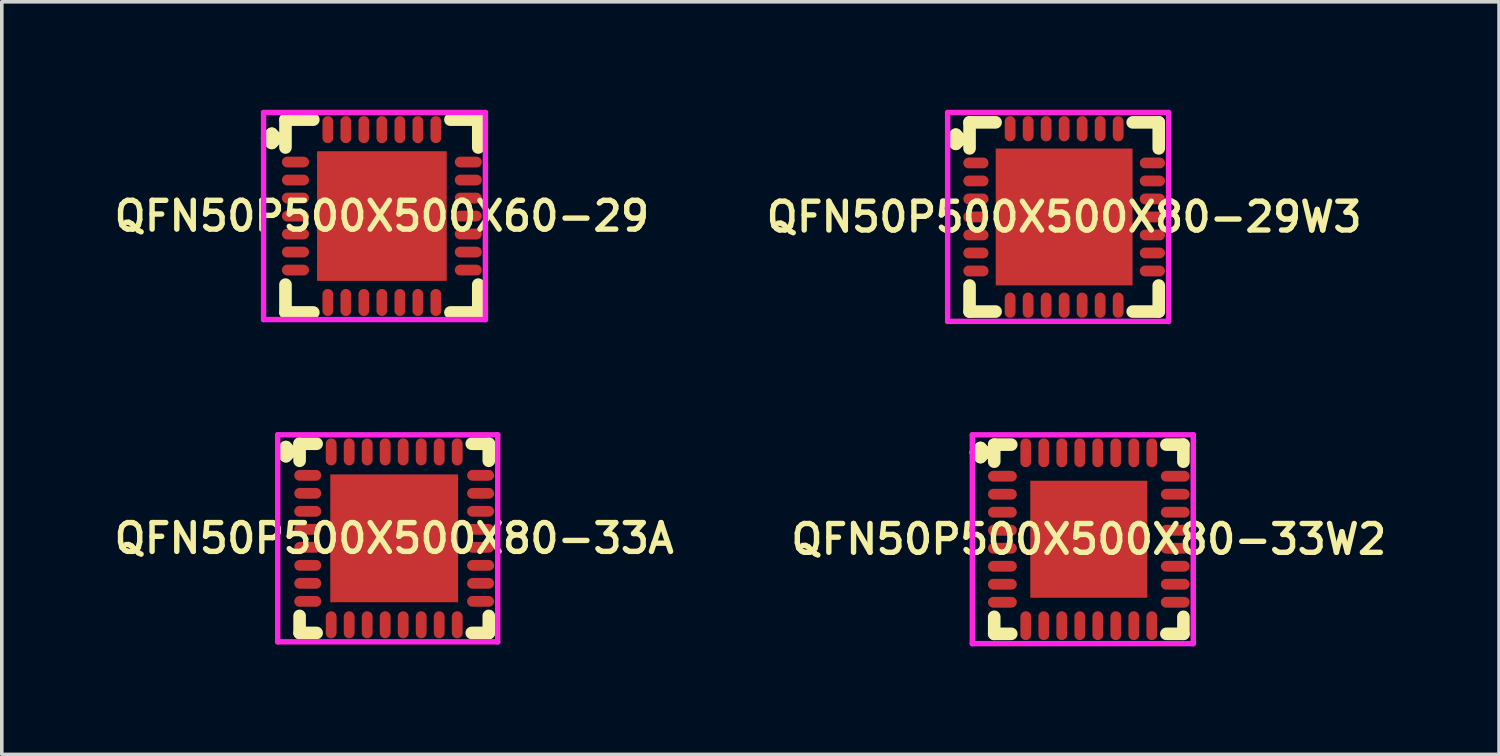
<source format=kicad_pcb>
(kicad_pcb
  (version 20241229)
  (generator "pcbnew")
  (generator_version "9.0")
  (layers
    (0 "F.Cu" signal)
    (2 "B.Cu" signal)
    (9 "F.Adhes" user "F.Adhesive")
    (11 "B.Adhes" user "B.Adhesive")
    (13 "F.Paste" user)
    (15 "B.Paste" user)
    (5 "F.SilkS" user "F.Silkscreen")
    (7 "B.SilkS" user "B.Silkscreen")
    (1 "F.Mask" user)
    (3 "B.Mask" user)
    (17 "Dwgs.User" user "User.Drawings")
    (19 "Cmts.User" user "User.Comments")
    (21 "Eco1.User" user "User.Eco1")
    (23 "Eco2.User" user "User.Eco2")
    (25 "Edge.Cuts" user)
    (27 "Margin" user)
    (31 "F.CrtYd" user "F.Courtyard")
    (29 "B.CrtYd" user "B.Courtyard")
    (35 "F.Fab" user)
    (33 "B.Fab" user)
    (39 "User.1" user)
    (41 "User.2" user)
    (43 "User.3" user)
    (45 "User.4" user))
  (footprint "QFN50P500X500X80-33W2"
    (layer "F.Cu")
    (at 27.187 11.925)
    (property "Reference" "QFN50P500X500X80-33W2" (at 0 0 0) (layer "F.SilkS") (effects (font (size 0.8 0.8) (thickness 0.15))))
    (attr smd)
    (fp_line (start -3.135 -2.408) (end -3.008 -2.535) (stroke (width 0.35) (type solid)) (layer "F.SilkS"))
    (fp_line (start -3.008 -2.535) (end -2.881 -2.408) (stroke (width 0.35) (type solid)) (layer "F.SilkS"))
    (fp_line (start -3.008 -2.281) (end -3.135 -2.408) (stroke (width 0.35) (type solid)) (layer "F.SilkS"))
    (fp_line (start -2.881 -2.408) (end -3.008 -2.281) (stroke (width 0.35) (type solid)) (layer "F.SilkS"))
    (fp_line (start -2.627 -2.627) (end -2.154 -2.627) (stroke (width 0.35) (type solid)) (layer "F.SilkS"))
    (fp_line (start -2.627 -2.154) (end -2.627 -2.627) (stroke (width 0.35) (type solid)) (layer "F.SilkS"))
    (fp_line (start -2.627 2.154) (end -2.627 2.627) (stroke (width 0.35) (type solid)) (layer "F.SilkS"))
    (fp_line (start -2.627 2.627) (end -2.154 2.627) (stroke (width 0.35) (type solid)) (layer "F.SilkS"))
    (fp_line (start 2.154 -2.627) (end 2.627 -2.627) (stroke (width 0.35) (type solid)) (layer "F.SilkS"))
    (fp_line (start 2.154 2.627) (end 2.627 2.627) (stroke (width 0.35) (type solid)) (layer "F.SilkS"))
    (fp_line (start 2.627 -2.627) (end 2.627 -2.154) (stroke (width 0.35) (type solid)) (layer "F.SilkS"))
    (fp_line (start 2.627 2.627) (end 2.627 2.154) (stroke (width 0.35) (type solid)) (layer "F.SilkS"))
    (fp_line (start -3.235 -2.9) (end 2.9 -2.9) (stroke (width 0.15) (type solid)) (layer "F.CrtYd"))
    (fp_line (start -3.235 2.9) (end -3.235 -2.9) (stroke (width 0.15) (type solid)) (layer "F.CrtYd"))
    (fp_line (start 2.9 -2.9) (end 2.9 2.9) (stroke (width 0.15) (type solid)) (layer "F.CrtYd"))
    (fp_line (start 2.9 2.9) (end -3.235 2.9) (stroke (width 0.15) (type solid)) (layer "F.CrtYd"))
    (pad "1" smd oval (at -2.4 -1.75) (size 0.8 0.3) (layers "F.Cu" "F.Mask" "F.Paste"))
    (pad "2" smd oval (at -2.4 -1.25) (size 0.8 0.3) (layers "F.Cu" "F.Mask" "F.Paste"))
    (pad "3" smd oval (at -2.4 -0.75) (size 0.8 0.3) (layers "F.Cu" "F.Mask" "F.Paste"))
    (pad "4" smd oval (at -2.4 -0.25) (size 0.8 0.3) (layers "F.Cu" "F.Mask" "F.Paste"))
    (pad "5" smd oval (at -2.4 0.25) (size 0.8 0.3) (layers "F.Cu" "F.Mask" "F.Paste"))
    (pad "6" smd oval (at -2.4 0.75) (size 0.8 0.3) (layers "F.Cu" "F.Mask" "F.Paste"))
    (pad "7" smd oval (at -2.4 1.25) (size 0.8 0.3) (layers "F.Cu" "F.Mask" "F.Paste"))
    (pad "8" smd oval (at -2.4 1.75) (size 0.8 0.3) (layers "F.Cu" "F.Mask" "F.Paste"))
    (pad "9" smd oval (at -1.75 2.4) (size 0.3 0.8) (layers "F.Cu" "F.Mask" "F.Paste"))
    (pad "10" smd oval (at -1.25 2.4) (size 0.3 0.8) (layers "F.Cu" "F.Mask" "F.Paste"))
    (pad "11" smd oval (at -0.75 2.4) (size 0.3 0.8) (layers "F.Cu" "F.Mask" "F.Paste"))
    (pad "12" smd oval (at -0.25 2.4) (size 0.3 0.8) (layers "F.Cu" "F.Mask" "F.Paste"))
    (pad "13" smd oval (at 0.25 2.4) (size 0.3 0.8) (layers "F.Cu" "F.Mask" "F.Paste"))
    (pad "14" smd oval (at 0.75 2.4) (size 0.3 0.8) (layers "F.Cu" "F.Mask" "F.Paste"))
    (pad "15" smd oval (at 1.25 2.4) (size 0.3 0.8) (layers "F.Cu" "F.Mask" "F.Paste"))
    (pad "16" smd oval (at 1.75 2.4) (size 0.3 0.8) (layers "F.Cu" "F.Mask" "F.Paste"))
    (pad "17" smd oval (at 2.4 1.75) (size 0.8 0.3) (layers "F.Cu" "F.Mask" "F.Paste"))
    (pad "18" smd oval (at 2.4 1.25) (size 0.8 0.3) (layers "F.Cu" "F.Mask" "F.Paste"))
    (pad "19" smd oval (at 2.4 0.75) (size 0.8 0.3) (layers "F.Cu" "F.Mask" "F.Paste"))
    (pad "20" smd oval (at 2.4 0.25) (size 0.8 0.3) (layers "F.Cu" "F.Mask" "F.Paste"))
    (pad "21" smd oval (at 2.4 -0.25) (size 0.8 0.3) (layers "F.Cu" "F.Mask" "F.Paste"))
    (pad "22" smd oval (at 2.4 -0.75) (size 0.8 0.3) (layers "F.Cu" "F.Mask" "F.Paste"))
    (pad "23" smd oval (at 2.4 -1.25) (size 0.8 0.3) (layers "F.Cu" "F.Mask" "F.Paste"))
    (pad "24" smd oval (at 2.4 -1.75) (size 0.8 0.3) (layers "F.Cu" "F.Mask" "F.Paste"))
    (pad "25" smd oval (at 1.75 -2.4) (size 0.3 0.8) (layers "F.Cu" "F.Mask" "F.Paste"))
    (pad "26" smd oval (at 1.25 -2.4) (size 0.3 0.8) (layers "F.Cu" "F.Mask" "F.Paste"))
    (pad "27" smd oval (at 0.75 -2.4) (size 0.3 0.8) (layers "F.Cu" "F.Mask" "F.Paste"))
    (pad "28" smd oval (at 0.25 -2.4) (size 0.3 0.8) (layers "F.Cu" "F.Mask" "F.Paste"))
    (pad "29" smd oval (at -0.25 -2.4) (size 0.3 0.8) (layers "F.Cu" "F.Mask" "F.Paste"))
    (pad "30" smd oval (at -0.75 -2.4) (size 0.3 0.8) (layers "F.Cu" "F.Mask" "F.Paste"))
    (pad "31" smd oval (at -1.25 -2.4) (size 0.3 0.8) (layers "F.Cu" "F.Mask" "F.Paste"))
    (pad "32" smd oval (at -1.75 -2.4) (size 0.3 0.8) (layers "F.Cu" "F.Mask" "F.Paste"))
    (pad "33" smd rect (at 0 0) (size 3.25 3.25) (layers "F.Cu" "F.Mask" "F.Paste")))
  (footprint "QFN50P500X500X80-33A"
    (layer "F.Cu")
    (at 7.897 11.9)
    (property "Reference" "QFN50P500X500X80-33A" (at 0 0 0) (layer "F.SilkS") (effects (font (size 0.8 0.8) (thickness 0.15))))
    (attr smd)
    (fp_line (start -3.135 -2.408) (end -3.008 -2.535) (stroke (width 0.35) (type solid)) (layer "F.SilkS"))
    (fp_line (start -3.008 -2.535) (end -2.881 -2.408) (stroke (width 0.35) (type solid)) (layer "F.SilkS"))
    (fp_line (start -3.008 -2.281) (end -3.135 -2.408) (stroke (width 0.35) (type solid)) (layer "F.SilkS"))
    (fp_line (start -2.881 -2.408) (end -3.008 -2.281) (stroke (width 0.35) (type solid)) (layer "F.SilkS"))
    (fp_line (start -2.627 -2.627) (end -2.154 -2.627) (stroke (width 0.35) (type solid)) (layer "F.SilkS"))
    (fp_line (start -2.627 -2.154) (end -2.627 -2.627) (stroke (width 0.35) (type solid)) (layer "F.SilkS"))
    (fp_line (start -2.627 2.154) (end -2.627 2.627) (stroke (width 0.35) (type solid)) (layer "F.SilkS"))
    (fp_line (start -2.627 2.627) (end -2.154 2.627) (stroke (width 0.35) (type solid)) (layer "F.SilkS"))
    (fp_line (start 2.154 -2.627) (end 2.627 -2.627) (stroke (width 0.35) (type solid)) (layer "F.SilkS"))
    (fp_line (start 2.154 2.627) (end 2.627 2.627) (stroke (width 0.35) (type solid)) (layer "F.SilkS"))
    (fp_line (start 2.627 -2.627) (end 2.627 -2.154) (stroke (width 0.35) (type solid)) (layer "F.SilkS"))
    (fp_line (start 2.627 2.627) (end 2.627 2.154) (stroke (width 0.35) (type solid)) (layer "F.SilkS"))
    (fp_line (start -3.235 -2.875) (end 2.875 -2.875) (stroke (width 0.15) (type solid)) (layer "F.CrtYd"))
    (fp_line (start -3.235 2.875) (end -3.235 -2.875) (stroke (width 0.15) (type solid)) (layer "F.CrtYd"))
    (fp_line (start 2.875 -2.875) (end 2.875 2.875) (stroke (width 0.15) (type solid)) (layer "F.CrtYd"))
    (fp_line (start 2.875 2.875) (end -3.235 2.875) (stroke (width 0.15) (type solid)) (layer "F.CrtYd"))
    (pad "1" smd oval (at -2.4 -1.75) (size 0.75 0.3) (layers "F.Cu" "F.Mask" "F.Paste"))
    (pad "2" smd oval (at -2.4 -1.25) (size 0.75 0.3) (layers "F.Cu" "F.Mask" "F.Paste"))
    (pad "3" smd oval (at -2.4 -0.75) (size 0.75 0.3) (layers "F.Cu" "F.Mask" "F.Paste"))
    (pad "4" smd oval (at -2.4 -0.25) (size 0.75 0.3) (layers "F.Cu" "F.Mask" "F.Paste"))
    (pad "5" smd oval (at -2.4 0.25) (size 0.75 0.3) (layers "F.Cu" "F.Mask" "F.Paste"))
    (pad "6" smd oval (at -2.4 0.75) (size 0.75 0.3) (layers "F.Cu" "F.Mask" "F.Paste"))
    (pad "7" smd oval (at -2.4 1.25) (size 0.75 0.3) (layers "F.Cu" "F.Mask" "F.Paste"))
    (pad "8" smd oval (at -2.4 1.75) (size 0.75 0.3) (layers "F.Cu" "F.Mask" "F.Paste"))
    (pad "9" smd oval (at -1.75 2.4) (size 0.3 0.75) (layers "F.Cu" "F.Mask" "F.Paste"))
    (pad "10" smd oval (at -1.25 2.4) (size 0.3 0.75) (layers "F.Cu" "F.Mask" "F.Paste"))
    (pad "11" smd oval (at -0.75 2.4) (size 0.3 0.75) (layers "F.Cu" "F.Mask" "F.Paste"))
    (pad "12" smd oval (at -0.25 2.4) (size 0.3 0.75) (layers "F.Cu" "F.Mask" "F.Paste"))
    (pad "13" smd oval (at 0.25 2.4) (size 0.3 0.75) (layers "F.Cu" "F.Mask" "F.Paste"))
    (pad "14" smd oval (at 0.75 2.4) (size 0.3 0.75) (layers "F.Cu" "F.Mask" "F.Paste"))
    (pad "15" smd oval (at 1.25 2.4) (size 0.3 0.75) (layers "F.Cu" "F.Mask" "F.Paste"))
    (pad "16" smd oval (at 1.75 2.4) (size 0.3 0.75) (layers "F.Cu" "F.Mask" "F.Paste"))
    (pad "17" smd oval (at 2.4 1.75) (size 0.75 0.3) (layers "F.Cu" "F.Mask" "F.Paste"))
    (pad "18" smd oval (at 2.4 1.25) (size 0.75 0.3) (layers "F.Cu" "F.Mask" "F.Paste"))
    (pad "19" smd oval (at 2.4 0.75) (size 0.75 0.3) (layers "F.Cu" "F.Mask" "F.Paste"))
    (pad "20" smd oval (at 2.4 0.25) (size 0.75 0.3) (layers "F.Cu" "F.Mask" "F.Paste"))
    (pad "21" smd oval (at 2.4 -0.25) (size 0.75 0.3) (layers "F.Cu" "F.Mask" "F.Paste"))
    (pad "22" smd oval (at 2.4 -0.75) (size 0.75 0.3) (layers "F.Cu" "F.Mask" "F.Paste"))
    (pad "23" smd oval (at 2.4 -1.25) (size 0.75 0.3) (layers "F.Cu" "F.Mask" "F.Paste"))
    (pad "24" smd oval (at 2.4 -1.75) (size 0.75 0.3) (layers "F.Cu" "F.Mask" "F.Paste"))
    (pad "25" smd oval (at 1.75 -2.4) (size 0.3 0.75) (layers "F.Cu" "F.Mask" "F.Paste"))
    (pad "26" smd oval (at 1.25 -2.4) (size 0.3 0.75) (layers "F.Cu" "F.Mask" "F.Paste"))
    (pad "27" smd oval (at 0.75 -2.4) (size 0.3 0.75) (layers "F.Cu" "F.Mask" "F.Paste"))
    (pad "28" smd oval (at 0.25 -2.4) (size 0.3 0.75) (layers "F.Cu" "F.Mask" "F.Paste"))
    (pad "29" smd oval (at -0.25 -2.4) (size 0.3 0.75) (layers "F.Cu" "F.Mask" "F.Paste"))
    (pad "30" smd oval (at -0.75 -2.4) (size 0.3 0.75) (layers "F.Cu" "F.Mask" "F.Paste"))
    (pad "31" smd oval (at -1.25 -2.4) (size 0.3 0.75) (layers "F.Cu" "F.Mask" "F.Paste"))
    (pad "32" smd oval (at -1.75 -2.4) (size 0.3 0.75) (layers "F.Cu" "F.Mask" "F.Paste"))
    (pad "33" smd rect (at 0 0) (size 3.55 3.55) (layers "F.Cu" "F.Mask" "F.Paste")))
  (footprint "QFN50P500X500X60-29"
    (layer "F.Cu")
    (at 7.555 2.95)
    (property "Reference" "QFN50P500X500X60-29" (at 0 0 0) (layer "F.SilkS") (effects (font (size 0.8 0.8) (thickness 0.15))))
    (attr smd)
    (fp_line (start -3.185 -2.158) (end -3.058 -2.285) (stroke (width 0.35) (type solid)) (layer "F.SilkS"))
    (fp_line (start -3.058 -2.285) (end -2.931 -2.158) (stroke (width 0.35) (type solid)) (layer "F.SilkS"))
    (fp_line (start -3.058 -2.031) (end -3.185 -2.158) (stroke (width 0.35) (type solid)) (layer "F.SilkS"))
    (fp_line (start -2.931 -2.158) (end -3.058 -2.031) (stroke (width 0.35) (type solid)) (layer "F.SilkS"))
    (fp_line (start -2.677 -2.677) (end -1.904 -2.677) (stroke (width 0.35) (type solid)) (layer "F.SilkS"))
    (fp_line (start -2.677 -1.904) (end -2.677 -2.677) (stroke (width 0.35) (type solid)) (layer "F.SilkS"))
    (fp_line (start -2.677 1.904) (end -2.677 2.677) (stroke (width 0.35) (type solid)) (layer "F.SilkS"))
    (fp_line (start -2.677 2.677) (end -1.904 2.677) (stroke (width 0.35) (type solid)) (layer "F.SilkS"))
    (fp_line (start 1.904 -2.677) (end 2.677 -2.677) (stroke (width 0.35) (type solid)) (layer "F.SilkS"))
    (fp_line (start 1.904 2.677) (end 2.677 2.677) (stroke (width 0.35) (type solid)) (layer "F.SilkS"))
    (fp_line (start 2.677 -2.677) (end 2.677 -1.904) (stroke (width 0.35) (type solid)) (layer "F.SilkS"))
    (fp_line (start 2.677 2.677) (end 2.677 1.904) (stroke (width 0.35) (type solid)) (layer "F.SilkS"))
    (fp_line (start -3.285 -2.875) (end 2.875 -2.875) (stroke (width 0.15) (type solid)) (layer "F.CrtYd"))
    (fp_line (start -3.285 2.875) (end -3.285 -2.875) (stroke (width 0.15) (type solid)) (layer "F.CrtYd"))
    (fp_line (start 2.875 -2.875) (end 2.875 2.875) (stroke (width 0.15) (type solid)) (layer "F.CrtYd"))
    (fp_line (start 2.875 2.875) (end -3.285 2.875) (stroke (width 0.15) (type solid)) (layer "F.CrtYd"))
    (pad "1" smd oval (at -2.4 -1.5) (size 0.75 0.3) (layers "F.Cu" "F.Mask" "F.Paste"))
    (pad "2" smd oval (at -2.4 -1) (size 0.75 0.3) (layers "F.Cu" "F.Mask" "F.Paste"))
    (pad "3" smd oval (at -2.4 -0.5) (size 0.75 0.3) (layers "F.Cu" "F.Mask" "F.Paste"))
    (pad "4" smd oval (at -2.4 0) (size 0.75 0.3) (layers "F.Cu" "F.Mask" "F.Paste"))
    (pad "5" smd oval (at -2.4 0.5) (size 0.75 0.3) (layers "F.Cu" "F.Mask" "F.Paste"))
    (pad "6" smd oval (at -2.4 1) (size 0.75 0.3) (layers "F.Cu" "F.Mask" "F.Paste"))
    (pad "7" smd oval (at -2.4 1.5) (size 0.75 0.3) (layers "F.Cu" "F.Mask" "F.Paste"))
    (pad "8" smd oval (at -1.5 2.4) (size 0.3 0.75) (layers "F.Cu" "F.Mask" "F.Paste"))
    (pad "9" smd oval (at -1 2.4) (size 0.3 0.75) (layers "F.Cu" "F.Mask" "F.Paste"))
    (pad "10" smd oval (at -0.5 2.4) (size 0.3 0.75) (layers "F.Cu" "F.Mask" "F.Paste"))
    (pad "11" smd oval (at 0 2.4) (size 0.3 0.75) (layers "F.Cu" "F.Mask" "F.Paste"))
    (pad "12" smd oval (at 0.5 2.4) (size 0.3 0.75) (layers "F.Cu" "F.Mask" "F.Paste"))
    (pad "13" smd oval (at 1 2.4) (size 0.3 0.75) (layers "F.Cu" "F.Mask" "F.Paste"))
    (pad "14" smd oval (at 1.5 2.4) (size 0.3 0.75) (layers "F.Cu" "F.Mask" "F.Paste"))
    (pad "15" smd oval (at 2.4 1.5) (size 0.75 0.3) (layers "F.Cu" "F.Mask" "F.Paste"))
    (pad "16" smd oval (at 2.4 1) (size 0.75 0.3) (layers "F.Cu" "F.Mask" "F.Paste"))
    (pad "17" smd oval (at 2.4 0.5) (size 0.75 0.3) (layers "F.Cu" "F.Mask" "F.Paste"))
    (pad "18" smd oval (at 2.4 0) (size 0.75 0.3) (layers "F.Cu" "F.Mask" "F.Paste"))
    (pad "19" smd oval (at 2.4 -0.5) (size 0.75 0.3) (layers "F.Cu" "F.Mask" "F.Paste"))
    (pad "20" smd oval (at 2.4 -1) (size 0.75 0.3) (layers "F.Cu" "F.Mask" "F.Paste"))
    (pad "21" smd oval (at 2.4 -1.5) (size 0.75 0.3) (layers "F.Cu" "F.Mask" "F.Paste"))
    (pad "22" smd oval (at 1.5 -2.4) (size 0.3 0.75) (layers "F.Cu" "F.Mask" "F.Paste"))
    (pad "23" smd oval (at 1 -2.4) (size 0.3 0.75) (layers "F.Cu" "F.Mask" "F.Paste"))
    (pad "24" smd oval (at 0.5 -2.4) (size 0.3 0.75) (layers "F.Cu" "F.Mask" "F.Paste"))
    (pad "25" smd oval (at 0 -2.4) (size 0.3 0.75) (layers "F.Cu" "F.Mask" "F.Paste"))
    (pad "26" smd oval (at -0.5 -2.4) (size 0.3 0.75) (layers "F.Cu" "F.Mask" "F.Paste"))
    (pad "27" smd oval (at -1 -2.4) (size 0.3 0.75) (layers "F.Cu" "F.Mask" "F.Paste"))
    (pad "28" smd oval (at -1.5 -2.4) (size 0.3 0.75) (layers "F.Cu" "F.Mask" "F.Paste"))
    (pad "29" smd rect (at 0 0) (size 3.6 3.6) (layers "F.Cu" "F.Mask" "F.Paste")))
  (footprint "QFN50P500X500X80-29W3"
    (layer "F.Cu")
    (at 26.502 2.975)
    (property "Reference" "QFN50P500X500X80-29W3" (at 0 0 0) (layer "F.SilkS") (effects (font (size 0.8 0.8) (thickness 0.15))))
    (attr smd)
    (fp_line (start -3.135 -2.158) (end -3.008 -2.285) (stroke (width 0.35) (type solid)) (layer "F.SilkS"))
    (fp_line (start -3.008 -2.285) (end -2.881 -2.158) (stroke (width 0.35) (type solid)) (layer "F.SilkS"))
    (fp_line (start -3.008 -2.031) (end -3.135 -2.158) (stroke (width 0.35) (type solid)) (layer "F.SilkS"))
    (fp_line (start -2.881 -2.158) (end -3.008 -2.031) (stroke (width 0.35) (type solid)) (layer "F.SilkS"))
    (fp_line (start -2.627 -2.627) (end -1.904 -2.627) (stroke (width 0.35) (type solid)) (layer "F.SilkS"))
    (fp_line (start -2.627 -1.904) (end -2.627 -2.627) (stroke (width 0.35) (type solid)) (layer "F.SilkS"))
    (fp_line (start -2.627 1.904) (end -2.627 2.627) (stroke (width 0.35) (type solid)) (layer "F.SilkS"))
    (fp_line (start -2.627 2.627) (end -1.904 2.627) (stroke (width 0.35) (type solid)) (layer "F.SilkS"))
    (fp_line (start 1.904 -2.627) (end 2.627 -2.627) (stroke (width 0.35) (type solid)) (layer "F.SilkS"))
    (fp_line (start 1.904 2.627) (end 2.627 2.627) (stroke (width 0.35) (type solid)) (layer "F.SilkS"))
    (fp_line (start 2.627 -2.627) (end 2.627 -1.904) (stroke (width 0.35) (type solid)) (layer "F.SilkS"))
    (fp_line (start 2.627 2.627) (end 2.627 1.904) (stroke (width 0.35) (type solid)) (layer "F.SilkS"))
    (fp_line (start -3.235 -2.9) (end 2.9 -2.9) (stroke (width 0.15) (type solid)) (layer "F.CrtYd"))
    (fp_line (start -3.235 2.9) (end -3.235 -2.9) (stroke (width 0.15) (type solid)) (layer "F.CrtYd"))
    (fp_line (start 2.9 -2.9) (end 2.9 2.9) (stroke (width 0.15) (type solid)) (layer "F.CrtYd"))
    (fp_line (start 2.9 2.9) (end -3.235 2.9) (stroke (width 0.15) (type solid)) (layer "F.CrtYd"))
    (pad "1" smd oval (at -2.45 -1.5) (size 0.7 0.3) (layers "F.Cu" "F.Mask" "F.Paste"))
    (pad "2" smd oval (at -2.45 -1) (size 0.7 0.3) (layers "F.Cu" "F.Mask" "F.Paste"))
    (pad "3" smd oval (at -2.45 -0.5) (size 0.7 0.3) (layers "F.Cu" "F.Mask" "F.Paste"))
    (pad "4" smd oval (at -2.45 0) (size 0.7 0.3) (layers "F.Cu" "F.Mask" "F.Paste"))
    (pad "5" smd oval (at -2.45 0.5) (size 0.7 0.3) (layers "F.Cu" "F.Mask" "F.Paste"))
    (pad "6" smd oval (at -2.45 1) (size 0.7 0.3) (layers "F.Cu" "F.Mask" "F.Paste"))
    (pad "7" smd oval (at -2.45 1.5) (size 0.7 0.3) (layers "F.Cu" "F.Mask" "F.Paste"))
    (pad "8" smd oval (at -1.5 2.45) (size 0.3 0.7) (layers "F.Cu" "F.Mask" "F.Paste"))
    (pad "9" smd oval (at -1 2.45) (size 0.3 0.7) (layers "F.Cu" "F.Mask" "F.Paste"))
    (pad "10" smd oval (at -0.5 2.45) (size 0.3 0.7) (layers "F.Cu" "F.Mask" "F.Paste"))
    (pad "11" smd oval (at 0 2.45) (size 0.3 0.7) (layers "F.Cu" "F.Mask" "F.Paste"))
    (pad "12" smd oval (at 0.5 2.45) (size 0.3 0.7) (layers "F.Cu" "F.Mask" "F.Paste"))
    (pad "13" smd oval (at 1 2.45) (size 0.3 0.7) (layers "F.Cu" "F.Mask" "F.Paste"))
    (pad "14" smd oval (at 1.5 2.45) (size 0.3 0.7) (layers "F.Cu" "F.Mask" "F.Paste"))
    (pad "15" smd oval (at 2.45 1.5) (size 0.7 0.3) (layers "F.Cu" "F.Mask" "F.Paste"))
    (pad "16" smd oval (at 2.45 1) (size 0.7 0.3) (layers "F.Cu" "F.Mask" "F.Paste"))
    (pad "17" smd oval (at 2.45 0.5) (size 0.7 0.3) (layers "F.Cu" "F.Mask" "F.Paste"))
    (pad "18" smd oval (at 2.45 0) (size 0.7 0.3) (layers "F.Cu" "F.Mask" "F.Paste"))
    (pad "19" smd oval (at 2.45 -0.5) (size 0.7 0.3) (layers "F.Cu" "F.Mask" "F.Paste"))
    (pad "20" smd oval (at 2.45 -1) (size 0.7 0.3) (layers "F.Cu" "F.Mask" "F.Paste"))
    (pad "21" smd oval (at 2.45 -1.5) (size 0.7 0.3) (layers "F.Cu" "F.Mask" "F.Paste"))
    (pad "22" smd oval (at 1.5 -2.45) (size 0.3 0.7) (layers "F.Cu" "F.Mask" "F.Paste"))
    (pad "23" smd oval (at 1 -2.45) (size 0.3 0.7) (layers "F.Cu" "F.Mask" "F.Paste"))
    (pad "24" smd oval (at 0.5 -2.45) (size 0.3 0.7) (layers "F.Cu" "F.Mask" "F.Paste"))
    (pad "25" smd oval (at 0 -2.45) (size 0.3 0.7) (layers "F.Cu" "F.Mask" "F.Paste"))
    (pad "26" smd oval (at -0.5 -2.45) (size 0.3 0.7) (layers "F.Cu" "F.Mask" "F.Paste"))
    (pad "27" smd oval (at -1 -2.45) (size 0.3 0.7) (layers "F.Cu" "F.Mask" "F.Paste"))
    (pad "28" smd oval (at -1.5 -2.45) (size 0.3 0.7) (layers "F.Cu" "F.Mask" "F.Paste"))
    (pad "29" smd rect (at 0 0) (size 3.8 3.8) (layers "F.Cu" "F.Mask" "F.Paste")))
  (gr_rect
    (start -3 -3)
    (end 38.58 17.9)
    (stroke (width 0.1) (type default))
    (fill no)
    (layer "Edge.Cuts")))
</source>
